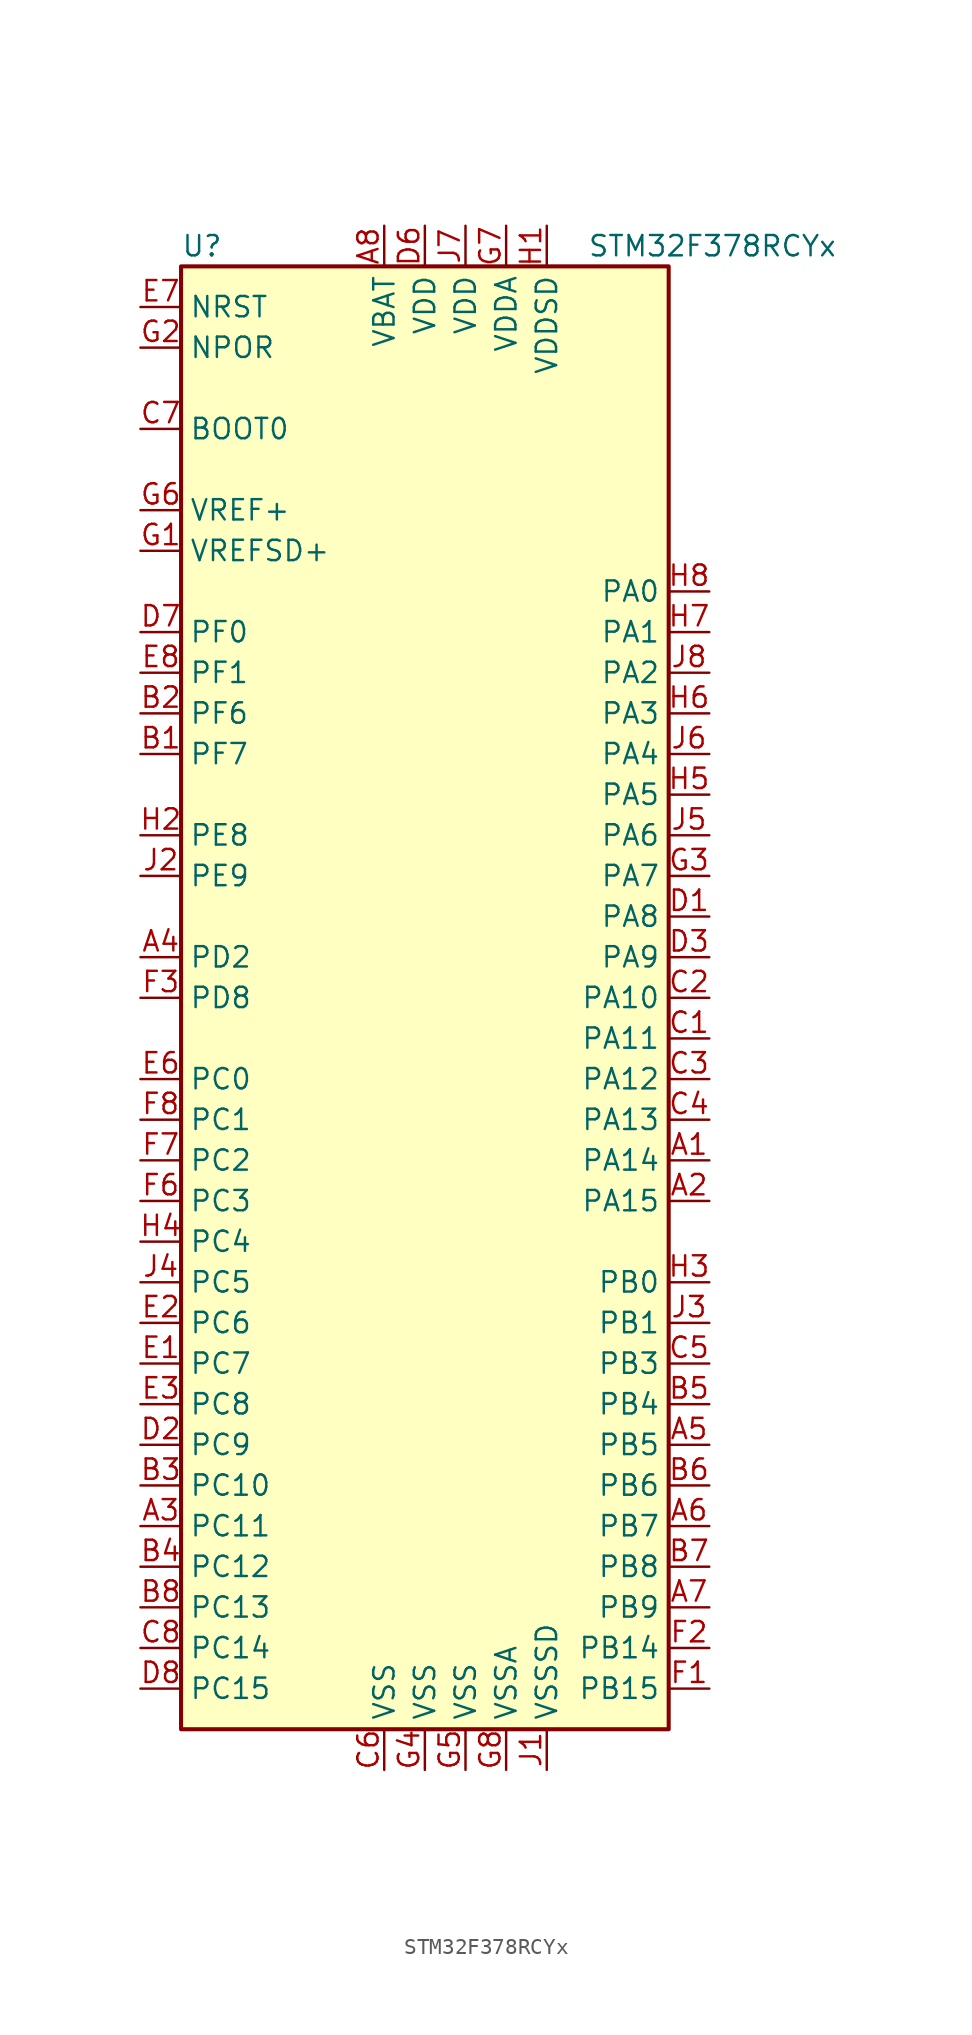
<source format=kicad_sym>
(kicad_symbol_lib
  (version 20211014)
  (generator kicad_symbol_editor)
  (symbol "STM32F378RCYx"
    (property "Reference" "U"
      (at -15.24 46.99 0)
      (effects (font (size 1.27 1.27)) (justify left)))
    (property "Value" "STM32F378RCYx"
      (at 10.16 46.99 0)
      (effects (font (size 1.27 1.27)) (justify left)))
    (symbol "STM32F378RCYx_0_1"
      (rectangle (start -15.24 -45.72) (end 15.24 45.72) (stroke (width 0.254) (type default) (color 0 0 0 0)) (fill (type background))))
    (symbol "STM32F378RCYx_1_1"
      (pin bidirectional line (at 17.78 -10.16 180) (length 2.54) (name "PA14" (effects (font (size 1.27 1.27)))) (number "A1" (effects (font (size 1.27 1.27)))))
      (pin bidirectional line (at 17.78 -12.7 180) (length 2.54) (name "PA15" (effects (font (size 1.27 1.27)))) (number "A2" (effects (font (size 1.27 1.27)))))
      (pin bidirectional line (at -17.78 -33.02 0) (length 2.54) (name "PC11" (effects (font (size 1.27 1.27)))) (number "A3" (effects (font (size 1.27 1.27)))))
      (pin bidirectional line (at -17.78 2.54 0) (length 2.54) (name "PD2" (effects (font (size 1.27 1.27)))) (number "A4" (effects (font (size 1.27 1.27)))))
      (pin bidirectional line (at 17.78 -27.94 180) (length 2.54) (name "PB5" (effects (font (size 1.27 1.27)))) (number "A5" (effects (font (size 1.27 1.27)))))
      (pin bidirectional line (at 17.78 -33.02 180) (length 2.54) (name "PB7" (effects (font (size 1.27 1.27)))) (number "A6" (effects (font (size 1.27 1.27)))))
      (pin bidirectional line (at 17.78 -38.1 180) (length 2.54) (name "PB9" (effects (font (size 1.27 1.27)))) (number "A7" (effects (font (size 1.27 1.27)))))
      (pin power_in line (at -2.54 48.26 270) (length 2.54) (name "VBAT" (effects (font (size 1.27 1.27)))) (number "A8" (effects (font (size 1.27 1.27)))))
      (pin bidirectional line (at -17.78 15.24 0) (length 2.54) (name "PF7" (effects (font (size 1.27 1.27)))) (number "B1" (effects (font (size 1.27 1.27)))))
      (pin bidirectional line (at -17.78 17.78 0) (length 2.54) (name "PF6" (effects (font (size 1.27 1.27)))) (number "B2" (effects (font (size 1.27 1.27)))))
      (pin bidirectional line (at -17.78 -30.48 0) (length 2.54) (name "PC10" (effects (font (size 1.27 1.27)))) (number "B3" (effects (font (size 1.27 1.27)))))
      (pin bidirectional line (at -17.78 -35.56 0) (length 2.54) (name "PC12" (effects (font (size 1.27 1.27)))) (number "B4" (effects (font (size 1.27 1.27)))))
      (pin bidirectional line (at 17.78 -25.4 180) (length 2.54) (name "PB4" (effects (font (size 1.27 1.27)))) (number "B5" (effects (font (size 1.27 1.27)))))
      (pin bidirectional line (at 17.78 -30.48 180) (length 2.54) (name "PB6" (effects (font (size 1.27 1.27)))) (number "B6" (effects (font (size 1.27 1.27)))))
      (pin bidirectional line (at 17.78 -35.56 180) (length 2.54) (name "PB8" (effects (font (size 1.27 1.27)))) (number "B7" (effects (font (size 1.27 1.27)))))
      (pin bidirectional line (at -17.78 -38.1 0) (length 2.54) (name "PC13" (effects (font (size 1.27 1.27)))) (number "B8" (effects (font (size 1.27 1.27)))))
      (pin bidirectional line (at 17.78 -2.54 180) (length 2.54) (name "PA11" (effects (font (size 1.27 1.27)))) (number "C1" (effects (font (size 1.27 1.27)))))
      (pin bidirectional line (at 17.78 0 180) (length 2.54) (name "PA10" (effects (font (size 1.27 1.27)))) (number "C2" (effects (font (size 1.27 1.27)))))
      (pin bidirectional line (at 17.78 -5.08 180) (length 2.54) (name "PA12" (effects (font (size 1.27 1.27)))) (number "C3" (effects (font (size 1.27 1.27)))))
      (pin bidirectional line (at 17.78 -7.62 180) (length 2.54) (name "PA13" (effects (font (size 1.27 1.27)))) (number "C4" (effects (font (size 1.27 1.27)))))
      (pin bidirectional line (at 17.78 -22.86 180) (length 2.54) (name "PB3" (effects (font (size 1.27 1.27)))) (number "C5" (effects (font (size 1.27 1.27)))))
      (pin power_in line (at -2.54 -48.26 90) (length 2.54) (name "VSS" (effects (font (size 1.27 1.27)))) (number "C6" (effects (font (size 1.27 1.27)))))
      (pin input line (at -17.78 35.56 0) (length 2.54) (name "BOOT0" (effects (font (size 1.27 1.27)))) (number "C7" (effects (font (size 1.27 1.27)))))
      (pin bidirectional line (at -17.78 -40.64 0) (length 2.54) (name "PC14" (effects (font (size 1.27 1.27)))) (number "C8" (effects (font (size 1.27 1.27)))))
      (pin bidirectional line (at 17.78 5.08 180) (length 2.54) (name "PA8" (effects (font (size 1.27 1.27)))) (number "D1" (effects (font (size 1.27 1.27)))))
      (pin bidirectional line (at -17.78 -27.94 0) (length 2.54) (name "PC9" (effects (font (size 1.27 1.27)))) (number "D2" (effects (font (size 1.27 1.27)))))
      (pin bidirectional line (at 17.78 2.54 180) (length 2.54) (name "PA9" (effects (font (size 1.27 1.27)))) (number "D3" (effects (font (size 1.27 1.27)))))
      (pin power_in line (at 0 48.26 270) (length 2.54) (name "VDD" (effects (font (size 1.27 1.27)))) (number "D6" (effects (font (size 1.27 1.27)))))
      (pin input line (at -17.78 22.86 0) (length 2.54) (name "PF0" (effects (font (size 1.27 1.27)))) (number "D7" (effects (font (size 1.27 1.27)))))
      (pin bidirectional line (at -17.78 -43.18 0) (length 2.54) (name "PC15" (effects (font (size 1.27 1.27)))) (number "D8" (effects (font (size 1.27 1.27)))))
      (pin bidirectional line (at -17.78 -22.86 0) (length 2.54) (name "PC7" (effects (font (size 1.27 1.27)))) (number "E1" (effects (font (size 1.27 1.27)))))
      (pin bidirectional line (at -17.78 -20.32 0) (length 2.54) (name "PC6" (effects (font (size 1.27 1.27)))) (number "E2" (effects (font (size 1.27 1.27)))))
      (pin bidirectional line (at -17.78 -25.4 0) (length 2.54) (name "PC8" (effects (font (size 1.27 1.27)))) (number "E3" (effects (font (size 1.27 1.27)))))
      (pin bidirectional line (at -17.78 -5.08 0) (length 2.54) (name "PC0" (effects (font (size 1.27 1.27)))) (number "E6" (effects (font (size 1.27 1.27)))))
      (pin input line (at -17.78 43.18 0) (length 2.54) (name "NRST" (effects (font (size 1.27 1.27)))) (number "E7" (effects (font (size 1.27 1.27)))))
      (pin input line (at -17.78 20.32 0) (length 2.54) (name "PF1" (effects (font (size 1.27 1.27)))) (number "E8" (effects (font (size 1.27 1.27)))))
      (pin bidirectional line (at 17.78 -43.18 180) (length 2.54) (name "PB15" (effects (font (size 1.27 1.27)))) (number "F1" (effects (font (size 1.27 1.27)))))
      (pin bidirectional line (at 17.78 -40.64 180) (length 2.54) (name "PB14" (effects (font (size 1.27 1.27)))) (number "F2" (effects (font (size 1.27 1.27)))))
      (pin bidirectional line (at -17.78 0 0) (length 2.54) (name "PD8" (effects (font (size 1.27 1.27)))) (number "F3" (effects (font (size 1.27 1.27)))))
      (pin bidirectional line (at -17.78 -12.7 0) (length 2.54) (name "PC3" (effects (font (size 1.27 1.27)))) (number "F6" (effects (font (size 1.27 1.27)))))
      (pin bidirectional line (at -17.78 -10.16 0) (length 2.54) (name "PC2" (effects (font (size 1.27 1.27)))) (number "F7" (effects (font (size 1.27 1.27)))))
      (pin bidirectional line (at -17.78 -7.62 0) (length 2.54) (name "PC1" (effects (font (size 1.27 1.27)))) (number "F8" (effects (font (size 1.27 1.27)))))
      (pin power_in line (at -17.78 27.94 0) (length 2.54) (name "VREFSD+" (effects (font (size 1.27 1.27)))) (number "G1" (effects (font (size 1.27 1.27)))))
      (pin input line (at -17.78 40.64 0) (length 2.54) (name "NPOR" (effects (font (size 1.27 1.27)))) (number "G2" (effects (font (size 1.27 1.27)))))
      (pin bidirectional line (at 17.78 7.62 180) (length 2.54) (name "PA7" (effects (font (size 1.27 1.27)))) (number "G3" (effects (font (size 1.27 1.27)))))
      (pin power_in line (at 0 -48.26 90) (length 2.54) (name "VSS" (effects (font (size 1.27 1.27)))) (number "G4" (effects (font (size 1.27 1.27)))))
      (pin power_in line (at 2.54 -48.26 90) (length 2.54) (name "VSS" (effects (font (size 1.27 1.27)))) (number "G5" (effects (font (size 1.27 1.27)))))
      (pin power_in line (at -17.78 30.48 0) (length 2.54) (name "VREF+" (effects (font (size 1.27 1.27)))) (number "G6" (effects (font (size 1.27 1.27)))))
      (pin power_in line (at 5.08 48.26 270) (length 2.54) (name "VDDA" (effects (font (size 1.27 1.27)))) (number "G7" (effects (font (size 1.27 1.27)))))
      (pin power_in line (at 5.08 -48.26 90) (length 2.54) (name "VSSA" (effects (font (size 1.27 1.27)))) (number "G8" (effects (font (size 1.27 1.27)))))
      (pin power_in line (at 7.62 48.26 270) (length 2.54) (name "VDDSD" (effects (font (size 1.27 1.27)))) (number "H1" (effects (font (size 1.27 1.27)))))
      (pin bidirectional line (at -17.78 10.16 0) (length 2.54) (name "PE8" (effects (font (size 1.27 1.27)))) (number "H2" (effects (font (size 1.27 1.27)))))
      (pin bidirectional line (at 17.78 -17.78 180) (length 2.54) (name "PB0" (effects (font (size 1.27 1.27)))) (number "H3" (effects (font (size 1.27 1.27)))))
      (pin bidirectional line (at -17.78 -15.24 0) (length 2.54) (name "PC4" (effects (font (size 1.27 1.27)))) (number "H4" (effects (font (size 1.27 1.27)))))
      (pin bidirectional line (at 17.78 12.7 180) (length 2.54) (name "PA5" (effects (font (size 1.27 1.27)))) (number "H5" (effects (font (size 1.27 1.27)))))
      (pin bidirectional line (at 17.78 17.78 180) (length 2.54) (name "PA3" (effects (font (size 1.27 1.27)))) (number "H6" (effects (font (size 1.27 1.27)))))
      (pin bidirectional line (at 17.78 22.86 180) (length 2.54) (name "PA1" (effects (font (size 1.27 1.27)))) (number "H7" (effects (font (size 1.27 1.27)))))
      (pin bidirectional line (at 17.78 25.4 180) (length 2.54) (name "PA0" (effects (font (size 1.27 1.27)))) (number "H8" (effects (font (size 1.27 1.27)))))
      (pin power_in line (at 7.62 -48.26 90) (length 2.54) (name "VSSSD" (effects (font (size 1.27 1.27)))) (number "J1" (effects (font (size 1.27 1.27)))))
      (pin bidirectional line (at -17.78 7.62 0) (length 2.54) (name "PE9" (effects (font (size 1.27 1.27)))) (number "J2" (effects (font (size 1.27 1.27)))))
      (pin bidirectional line (at 17.78 -20.32 180) (length 2.54) (name "PB1" (effects (font (size 1.27 1.27)))) (number "J3" (effects (font (size 1.27 1.27)))))
      (pin bidirectional line (at -17.78 -17.78 0) (length 2.54) (name "PC5" (effects (font (size 1.27 1.27)))) (number "J4" (effects (font (size 1.27 1.27)))))
      (pin bidirectional line (at 17.78 10.16 180) (length 2.54) (name "PA6" (effects (font (size 1.27 1.27)))) (number "J5" (effects (font (size 1.27 1.27)))))
      (pin bidirectional line (at 17.78 15.24 180) (length 2.54) (name "PA4" (effects (font (size 1.27 1.27)))) (number "J6" (effects (font (size 1.27 1.27)))))
      (pin power_in line (at 2.54 48.26 270) (length 2.54) (name "VDD" (effects (font (size 1.27 1.27)))) (number "J7" (effects (font (size 1.27 1.27)))))
      (pin bidirectional line (at 17.78 20.32 180) (length 2.54) (name "PA2" (effects (font (size 1.27 1.27)))) (number "J8" (effects (font (size 1.27 1.27))))))))
</source>
